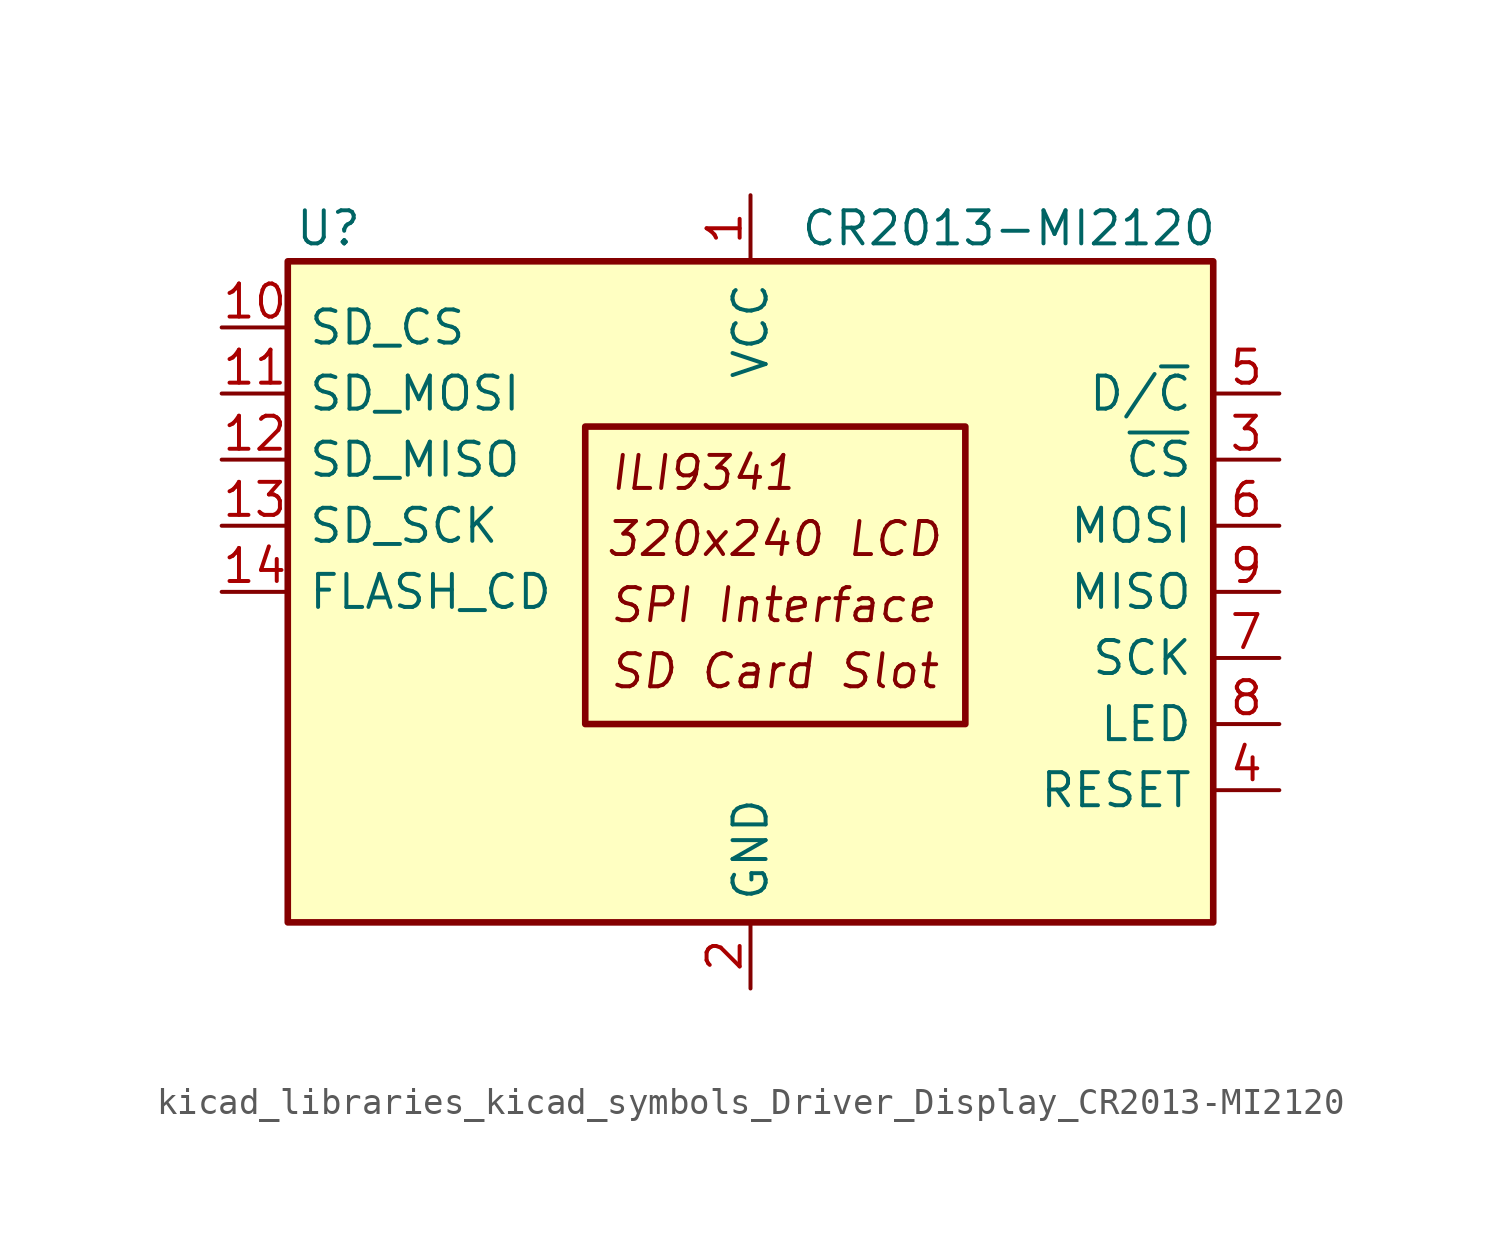
<source format=kicad_sym>
(kicad_symbol_lib
  (version 20220914)
  (generator kicad_symbol_editor)
  (symbol "kicad_libraries_kicad_symbols_Driver_Display_CR2013-MI2120"
    (pin_names
      (offset 0.762))
    (property "Reference" "U"
      (at -17.526 13.97 0)
      (effects (font (size 1.27 1.27)) (justify left)))
    (property "Value" "CR2013-MI2120"
      (at 1.905 13.97 0)
      (effects (font (size 1.27 1.27)) (justify left)))
    (symbol "kicad_libraries_kicad_symbols_Driver_Display_CR2013-MI2120_0_0"
      (text "320x240 LCD" (at 0.889 2.032 0) (effects (font (size 1.27 1.27) italic)))
      (text "ILI9341" (at -5.461 4.572 0) (effects (font (size 1.27 1.27) italic) (justify left)))
      (text "SD Card Slot" (at -5.461 -3.048 0) (effects (font (size 1.27 1.27) italic) (justify left)))
      (text "SPI Interface" (at -5.461 -0.508 0) (effects (font (size 1.27 1.27) italic) (justify left))))
    (symbol "kicad_libraries_kicad_symbols_Driver_Display_CR2013-MI2120_0_1"
      (rectangle (start -17.78 12.7) (end 17.78 -12.7) (stroke (width 0.254) (type default)) (fill (type background)))
      (rectangle (start -6.35 6.35) (end 8.255 -5.08) (stroke (width 0.254) (type default)) (fill (type none))))
    (symbol "kicad_libraries_kicad_symbols_Driver_Display_CR2013-MI2120_1_1"
      (pin power_in line (at 0 15.24 270) (length 2.54) (name "VCC" (effects (font (size 1.27 1.27)))) (number "1" (effects (font (size 1.27 1.27)))))
      (pin input line (at -20.32 10.16 0) (length 2.54) (name "SD_CS" (effects (font (size 1.27 1.27)))) (number "10" (effects (font (size 1.27 1.27)))))
      (pin input line (at -20.32 7.62 0) (length 2.54) (name "SD_MOSI" (effects (font (size 1.27 1.27)))) (number "11" (effects (font (size 1.27 1.27)))))
      (pin output line (at -20.32 5.08 0) (length 2.54) (name "SD_MISO" (effects (font (size 1.27 1.27)))) (number "12" (effects (font (size 1.27 1.27)))))
      (pin input line (at -20.32 2.54 0) (length 2.54) (name "SD_SCK" (effects (font (size 1.27 1.27)))) (number "13" (effects (font (size 1.27 1.27)))))
      (pin input line (at -20.32 0 0) (length 2.54) (name "FLASH_CD" (effects (font (size 1.27 1.27)))) (number "14" (effects (font (size 1.27 1.27)))))
      (pin power_in line (at 0 -15.24 90) (length 2.54) (name "GND" (effects (font (size 1.27 1.27)))) (number "2" (effects (font (size 1.27 1.27)))))
      (pin input line (at 20.32 5.08 180) (length 2.54) (name "~{CS}" (effects (font (size 1.27 1.27)))) (number "3" (effects (font (size 1.27 1.27)))))
      (pin input line (at 20.32 -7.62 180) (length 2.54) (name "RESET" (effects (font (size 1.27 1.27)))) (number "4" (effects (font (size 1.27 1.27)))))
      (pin input line (at 20.32 7.62 180) (length 2.54) (name "D/~{C}" (effects (font (size 1.27 1.27)))) (number "5" (effects (font (size 1.27 1.27)))))
      (pin input line (at 20.32 2.54 180) (length 2.54) (name "MOSI" (effects (font (size 1.27 1.27)))) (number "6" (effects (font (size 1.27 1.27)))))
      (pin input line (at 20.32 -2.54 180) (length 2.54) (name "SCK" (effects (font (size 1.27 1.27)))) (number "7" (effects (font (size 1.27 1.27)))))
      (pin input line (at 20.32 -5.08 180) (length 2.54) (name "LED" (effects (font (size 1.27 1.27)))) (number "8" (effects (font (size 1.27 1.27)))))
      (pin output line (at 20.32 0 180) (length 2.54) (name "MISO" (effects (font (size 1.27 1.27)))) (number "9" (effects (font (size 1.27 1.27))))))))
</source>
